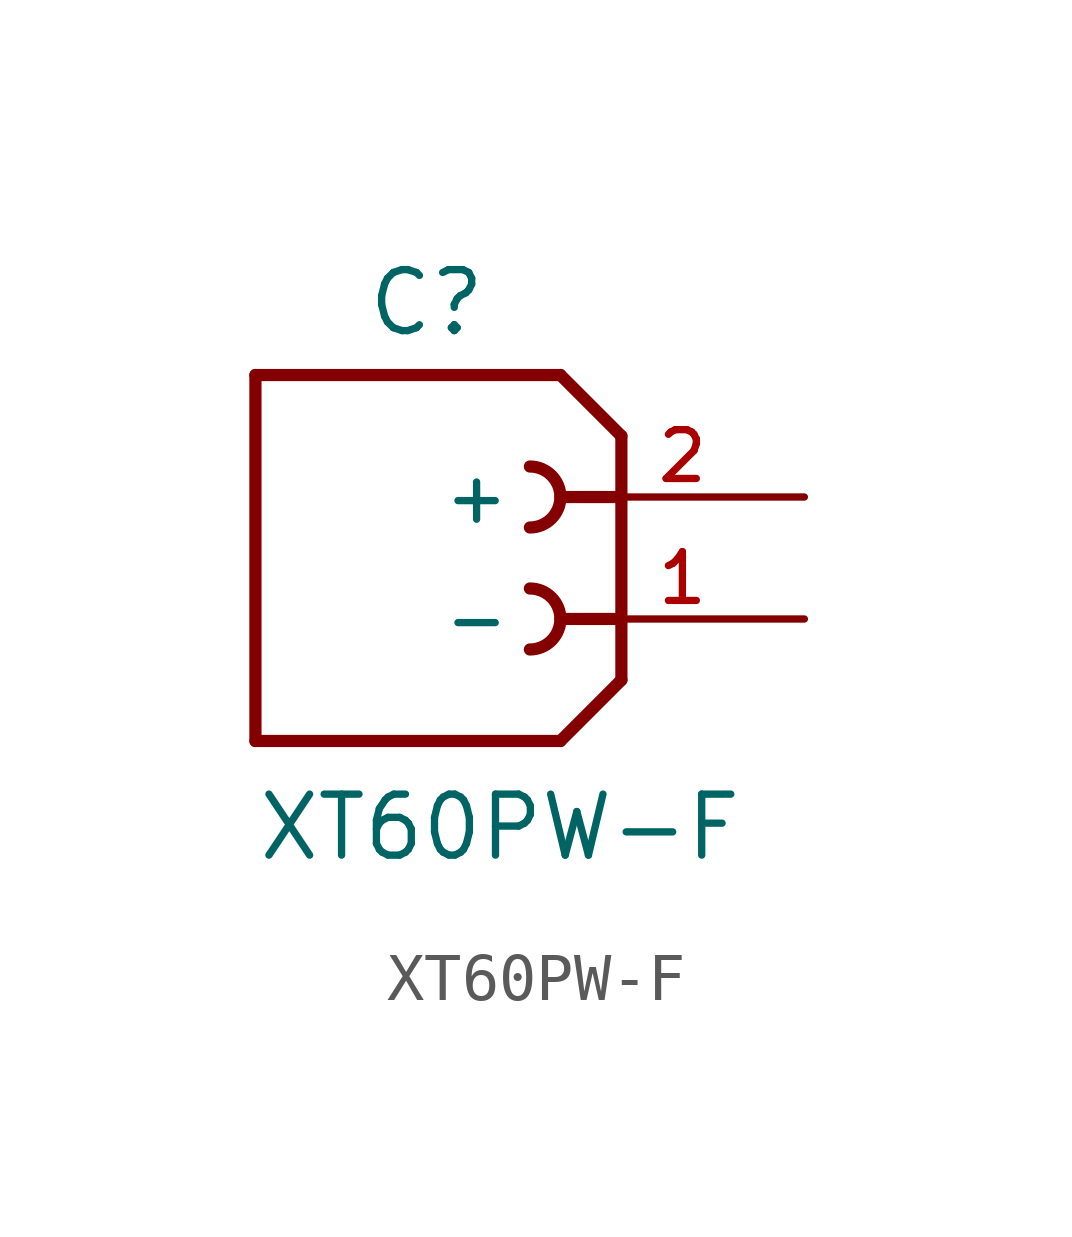
<source format=kicad_sym>
(kicad_symbol_lib
  (version 20231120)
  (generator "kicad_symbol_editor")
  (generator_version "8.0")
  (symbol "XT60PW-F"
    (pin_names
      (offset 1.016))
    (property "Reference" "C"
      (at -1.524 -0.508 0)
      (effects (font (size 1.27 1.27)) (justify left bottom)))
    (property "Value" "XT60PW-F"
      (at -3.81 -11.43 0)
      (effects (font (size 1.27 1.27)) (justify left bottom)))
    (symbol "XT60PW-F_0_0"
      (polyline (pts (xy -3.81 -8.89) (xy -3.81 -1.27)) (stroke (width 0.254) (type default)) (fill (type none)))
      (polyline (pts (xy -3.81 -1.27) (xy 2.54 -1.27)) (stroke (width 0.254) (type default)) (fill (type none)))
      (polyline (pts (xy 2.54 -8.89) (xy -3.81 -8.89)) (stroke (width 0.254) (type default)) (fill (type none)))
      (polyline (pts (xy 3.81 -7.62) (xy 2.54 -8.89)) (stroke (width 0.254) (type default)) (fill (type none)))
      (polyline (pts (xy 3.81 -6.35) (xy 2.54 -6.35)) (stroke (width 0.254) (type default)) (fill (type none)))
      (polyline (pts (xy 3.81 -3.81) (xy 2.54 -3.81)) (stroke (width 0.254) (type default)) (fill (type none)))
      (polyline (pts (xy 3.81 -3.81) (xy 3.81 -7.62)) (stroke (width 0.254) (type default)) (fill (type none)))
      (polyline (pts (xy 3.81 -2.54) (xy 2.54 -1.27)) (stroke (width 0.254) (type default)) (fill (type none)))
      (polyline (pts (xy 3.81 -2.54) (xy 3.81 -3.81)) (stroke (width 0.254) (type default)) (fill (type none)))
      (arc (start 1.905 -6.985) (mid 2.5373 -6.35) (end 1.905 -5.715) (stroke (width 0.254) (type default)) (fill (type none)))
      (arc (start 1.905 -4.445) (mid 2.5373 -3.81) (end 1.905 -3.175) (stroke (width 0.254) (type default)) (fill (type none))))
    (symbol "XT60PW-F_1_0"
      (pin power_in line (at 7.62 -6.35 180) (length 5.08) (name "-" (effects (font (size 1.016 1.016)))) (number "1" (effects (font (size 1.016 1.016)))))
      (pin power_in line (at 7.62 -3.81 180) (length 5.08) (name "+" (effects (font (size 1.016 1.016)))) (number "2" (effects (font (size 1.016 1.016))))))))
</source>
